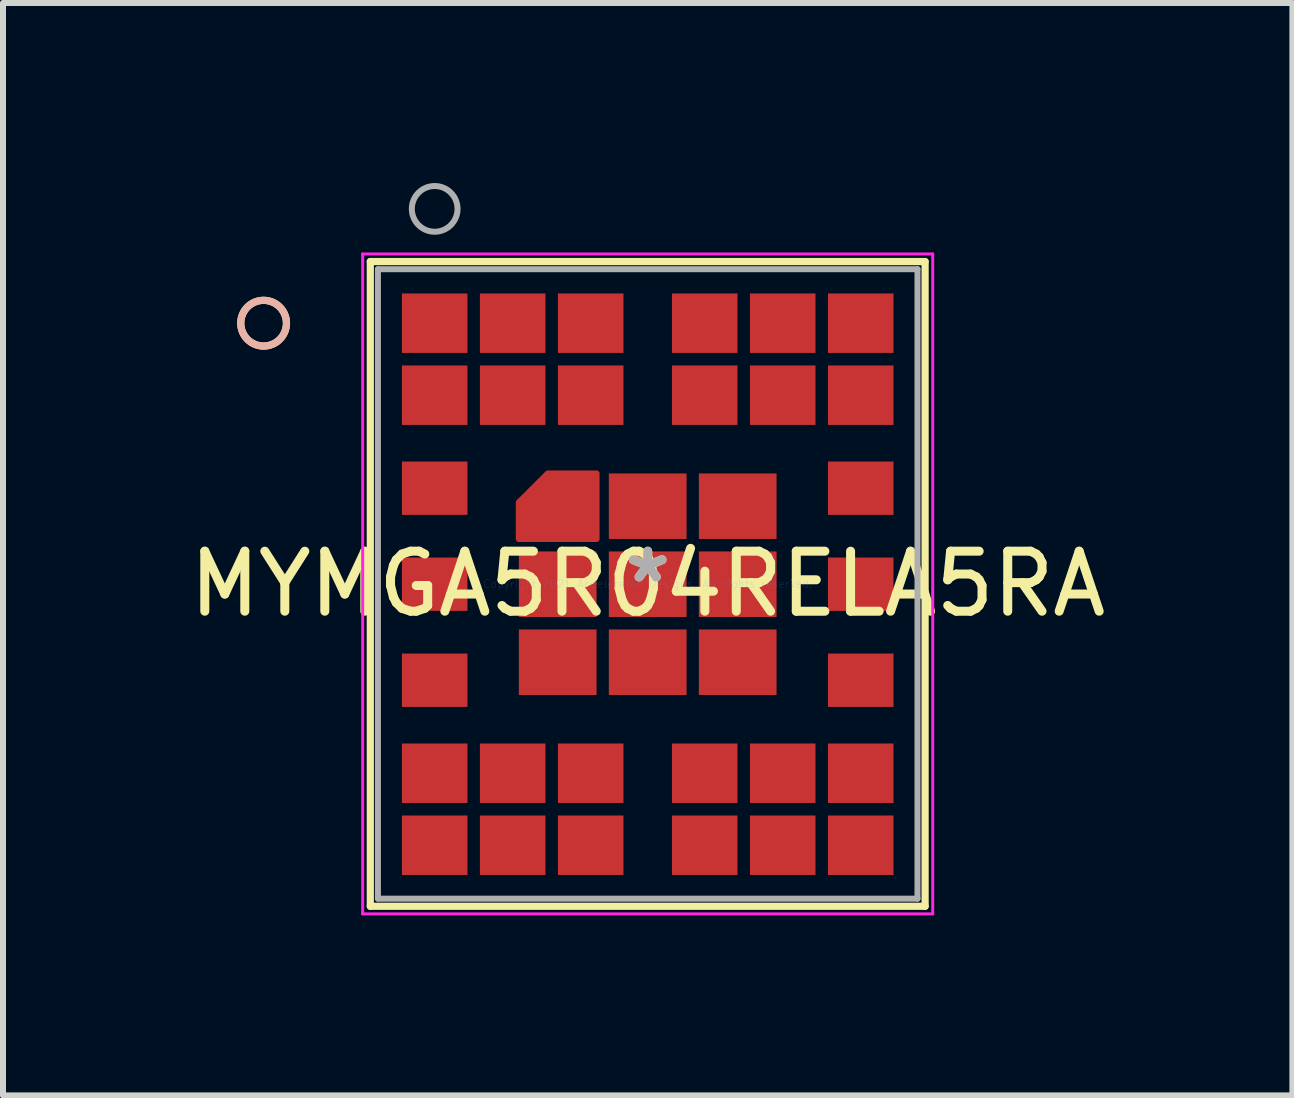
<source format=kicad_pcb>
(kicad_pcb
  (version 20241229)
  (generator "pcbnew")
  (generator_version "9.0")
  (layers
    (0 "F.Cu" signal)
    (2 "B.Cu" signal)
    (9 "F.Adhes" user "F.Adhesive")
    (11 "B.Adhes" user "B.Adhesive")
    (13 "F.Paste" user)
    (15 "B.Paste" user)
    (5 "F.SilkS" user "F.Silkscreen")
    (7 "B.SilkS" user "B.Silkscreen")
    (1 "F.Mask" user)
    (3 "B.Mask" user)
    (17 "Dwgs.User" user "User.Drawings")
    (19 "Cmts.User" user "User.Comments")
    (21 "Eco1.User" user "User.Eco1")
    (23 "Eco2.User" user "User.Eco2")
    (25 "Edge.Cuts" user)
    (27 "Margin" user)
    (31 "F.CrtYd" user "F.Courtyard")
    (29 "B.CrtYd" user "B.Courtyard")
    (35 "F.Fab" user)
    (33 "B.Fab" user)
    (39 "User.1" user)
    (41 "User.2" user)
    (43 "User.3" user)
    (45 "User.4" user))
  (footprint "MYMGA5R04RELA5RA"
    (layer "F.Cu")
    (at 7.744 6.681)
    (property "Reference" "MYMGA5R04RELA5RA" (at 0 0 0) (layer "F.SilkS") (effects (font (size 1 1) (thickness 0.15))))
    (attr through_hole)
    (fp_poly (pts (xy -0.852 -1.841) (xy -0.852 -0.749) (xy -2.148 -0.749) (xy -2.148 -1.359) (xy -1.665 -1.841)) (stroke (width 0.1) (type solid)) (fill yes) (layer "F.Cu"))
    (fp_poly (pts (xy -0.852 -1.841) (xy -0.852 -0.749) (xy -2.148 -0.749) (xy -2.148 -1.359) (xy -1.665 -1.841)) (stroke (width 0.1) (type solid)) (fill yes) (layer "F.Mask"))
    (fp_line (start -4.623 -5.372) (end -4.623 5.372) (stroke (width 0.12) (type solid)) (layer "F.SilkS"))
    (fp_line (start -4.623 5.372) (end 4.623 5.372) (stroke (width 0.12) (type solid)) (layer "F.SilkS"))
    (fp_line (start 4.623 -5.372) (end -4.623 -5.372) (stroke (width 0.12) (type solid)) (layer "F.SilkS"))
    (fp_line (start 4.623 5.372) (end 4.623 -5.372) (stroke (width 0.12) (type solid)) (layer "F.SilkS"))
    (fp_circle (center -6.401 -4.345) (end -6.02 -4.345) (stroke (width 0.12) (type solid)) (fill no) (layer "F.SilkS"))
    (fp_circle (center -6.401 -4.345) (end -6.02 -4.345) (stroke (width 0.12) (type solid)) (fill no) (layer "B.SilkS"))
    (fp_poly (pts (xy -0.852 -1.841) (xy -0.852 -0.749) (xy -2.148 -0.749) (xy -2.148 -1.359) (xy -1.665 -1.841)) (stroke (width 0.1) (type solid)) (fill yes) (layer "F.Paste"))
    (fp_line (start -4.75 -5.499) (end -4.75 5.499) (stroke (width 0.05) (type solid)) (layer "F.CrtYd"))
    (fp_line (start -4.75 5.499) (end 4.75 5.499) (stroke (width 0.05) (type solid)) (layer "F.CrtYd"))
    (fp_line (start 4.75 -5.499) (end -4.75 -5.499) (stroke (width 0.05) (type solid)) (layer "F.CrtYd"))
    (fp_line (start 4.75 5.499) (end 4.75 -5.499) (stroke (width 0.05) (type solid)) (layer "F.CrtYd"))
    (fp_line (start -4.496 -5.245) (end -4.496 5.245) (stroke (width 0.1) (type solid)) (layer "F.Fab"))
    (fp_line (start -4.496 5.245) (end 4.496 5.245) (stroke (width 0.1) (type solid)) (layer "F.Fab"))
    (fp_line (start 4.496 -5.245) (end -4.496 -5.245) (stroke (width 0.1) (type solid)) (layer "F.Fab"))
    (fp_line (start 4.496 5.245) (end 4.496 -5.245) (stroke (width 0.1) (type solid)) (layer "F.Fab"))
    (fp_circle (center -3.55 -6.25) (end -3.169 -6.25) (stroke (width 0.1) (type solid)) (fill no) (layer "F.Fab"))
    (fp_text user "*" (at 0 0 0) (layer "F.SilkS") (effects (font (size 1 1) (thickness 0.15))))
    (fp_text user "Copyright 2021 Accelerated Designs. All rights reserved." (at 0 0 0) (layer "Cmts.User") (effects (font (size 0.127 0.127) (thickness 0.002))))
    (fp_text user "*" (at 0 0 0) (layer "F.Fab") (effects (font (size 1 1) (thickness 0.15))))
    (pad "1" smd rect (at -3.55 -4.345) (size 1.092 0.991) (layers "F.Cu" "F.Mask" "F.Paste"))
    (pad "2" smd rect (at -2.25 -4.345) (size 1.092 0.991) (layers "F.Cu" "F.Mask" "F.Paste"))
    (pad "3" smd rect (at -0.95 -4.345) (size 1.092 0.991) (layers "F.Cu" "F.Mask" "F.Paste"))
    (pad "4" smd rect (at -3.55 -3.145) (size 1.092 0.991) (layers "F.Cu" "F.Mask" "F.Paste"))
    (pad "5" smd rect (at -2.25 -3.145) (size 1.092 0.991) (layers "F.Cu" "F.Mask" "F.Paste"))
    (pad "6" smd rect (at -0.95 -3.145) (size 1.092 0.991) (layers "F.Cu" "F.Mask" "F.Paste"))
    (pad "7" smd rect (at -3.55 -1.595) (size 1.092 0.889) (layers "F.Cu" "F.Mask" "F.Paste"))
    (pad "8" smd rect (at -3.55 0.005) (size 1.092 0.889) (layers "F.Cu" "F.Mask" "F.Paste"))
    (pad "9" smd rect (at -3.55 1.605) (size 1.092 0.889) (layers "F.Cu" "F.Mask" "F.Paste"))
    (pad "10" smd rect (at -3.55 3.155) (size 1.092 0.991) (layers "F.Cu" "F.Mask" "F.Paste"))
    (pad "11" smd rect (at -2.25 3.155) (size 1.092 0.991) (layers "F.Cu" "F.Mask" "F.Paste"))
    (pad "12" smd rect (at -0.95 3.155) (size 1.092 0.991) (layers "F.Cu" "F.Mask" "F.Paste"))
    (pad "13" smd rect (at -3.55 4.355) (size 1.092 0.991) (layers "F.Cu" "F.Mask" "F.Paste"))
    (pad "14" smd rect (at -2.25 4.355) (size 1.092 0.991) (layers "F.Cu" "F.Mask" "F.Paste"))
    (pad "15" smd rect (at -0.95 4.355) (size 1.092 0.991) (layers "F.Cu" "F.Mask" "F.Paste"))
    (pad "16" smd rect (at 0.95 3.155) (size 1.092 0.991) (layers "F.Cu" "F.Mask" "F.Paste"))
    (pad "17" smd rect (at 2.25 3.155) (size 1.092 0.991) (layers "F.Cu" "F.Mask" "F.Paste"))
    (pad "18" smd rect (at 3.55 3.155) (size 1.092 0.991) (layers "F.Cu" "F.Mask" "F.Paste"))
    (pad "19" smd rect (at 0.95 4.355) (size 1.092 0.991) (layers "F.Cu" "F.Mask" "F.Paste"))
    (pad "20" smd rect (at 2.25 4.355) (size 1.092 0.991) (layers "F.Cu" "F.Mask" "F.Paste"))
    (pad "21" smd rect (at 3.55 4.355) (size 1.092 0.991) (layers "F.Cu" "F.Mask" "F.Paste"))
    (pad "22" smd rect (at 3.55 1.605) (size 1.092 0.889) (layers "F.Cu" "F.Mask" "F.Paste"))
    (pad "23" smd rect (at 3.55 0.005) (size 1.092 0.889) (layers "F.Cu" "F.Mask" "F.Paste"))
    (pad "24" smd rect (at 3.55 -1.595) (size 1.092 0.889) (layers "F.Cu" "F.Mask" "F.Paste"))
    (pad "25" smd rect (at 3.55 -3.145) (size 1.092 0.991) (layers "F.Cu" "F.Mask" "F.Paste"))
    (pad "26" smd rect (at 2.25 -3.145) (size 1.092 0.991) (layers "F.Cu" "F.Mask" "F.Paste"))
    (pad "27" smd rect (at 0.95 -3.145) (size 1.092 0.991) (layers "F.Cu" "F.Mask" "F.Paste"))
    (pad "28" smd rect (at 3.55 -4.345) (size 1.092 0.991) (layers "F.Cu" "F.Mask" "F.Paste"))
    (pad "29" smd rect (at 2.25 -4.345) (size 1.092 0.991) (layers "F.Cu" "F.Mask" "F.Paste"))
    (pad "30" smd rect (at 0.95 -4.345) (size 1.092 0.991) (layers "F.Cu" "F.Mask" "F.Paste"))
    (pad "31" smd rect (at -1.5 -1.295) (size 0.127 0.127) (layers "F.Cu" "F.Mask" "F.Paste"))
    (pad "32" smd rect (at -1.5 0.005) (size 1.295 1.092) (layers "F.Cu" "F.Mask" "F.Paste"))
    (pad "33" smd rect (at -1.5 1.305) (size 1.295 1.092) (layers "F.Cu" "F.Mask" "F.Paste"))
    (pad "34" smd rect (at 0 -1.295) (size 1.295 1.092) (layers "F.Cu" "F.Mask" "F.Paste"))
    (pad "35" smd rect (at 0 0.005) (size 1.295 1.092) (layers "F.Cu" "F.Mask" "F.Paste"))
    (pad "36" smd rect (at 0 1.305) (size 1.295 1.092) (layers "F.Cu" "F.Mask" "F.Paste"))
    (pad "37" smd rect (at 1.5 -1.295) (size 1.295 1.092) (layers "F.Cu" "F.Mask" "F.Paste"))
    (pad "38" smd rect (at 1.5 0.005) (size 1.295 1.092) (layers "F.Cu" "F.Mask" "F.Paste"))
    (pad "39" smd rect (at 1.5 1.305) (size 1.295 1.092) (layers "F.Cu" "F.Mask" "F.Paste")))
  (gr_rect
    (start -3 -3)
    (end 18.488 15.205)
    (stroke (width 0.1) (type default))
    (fill no)
    (layer "Edge.Cuts")))
</source>
